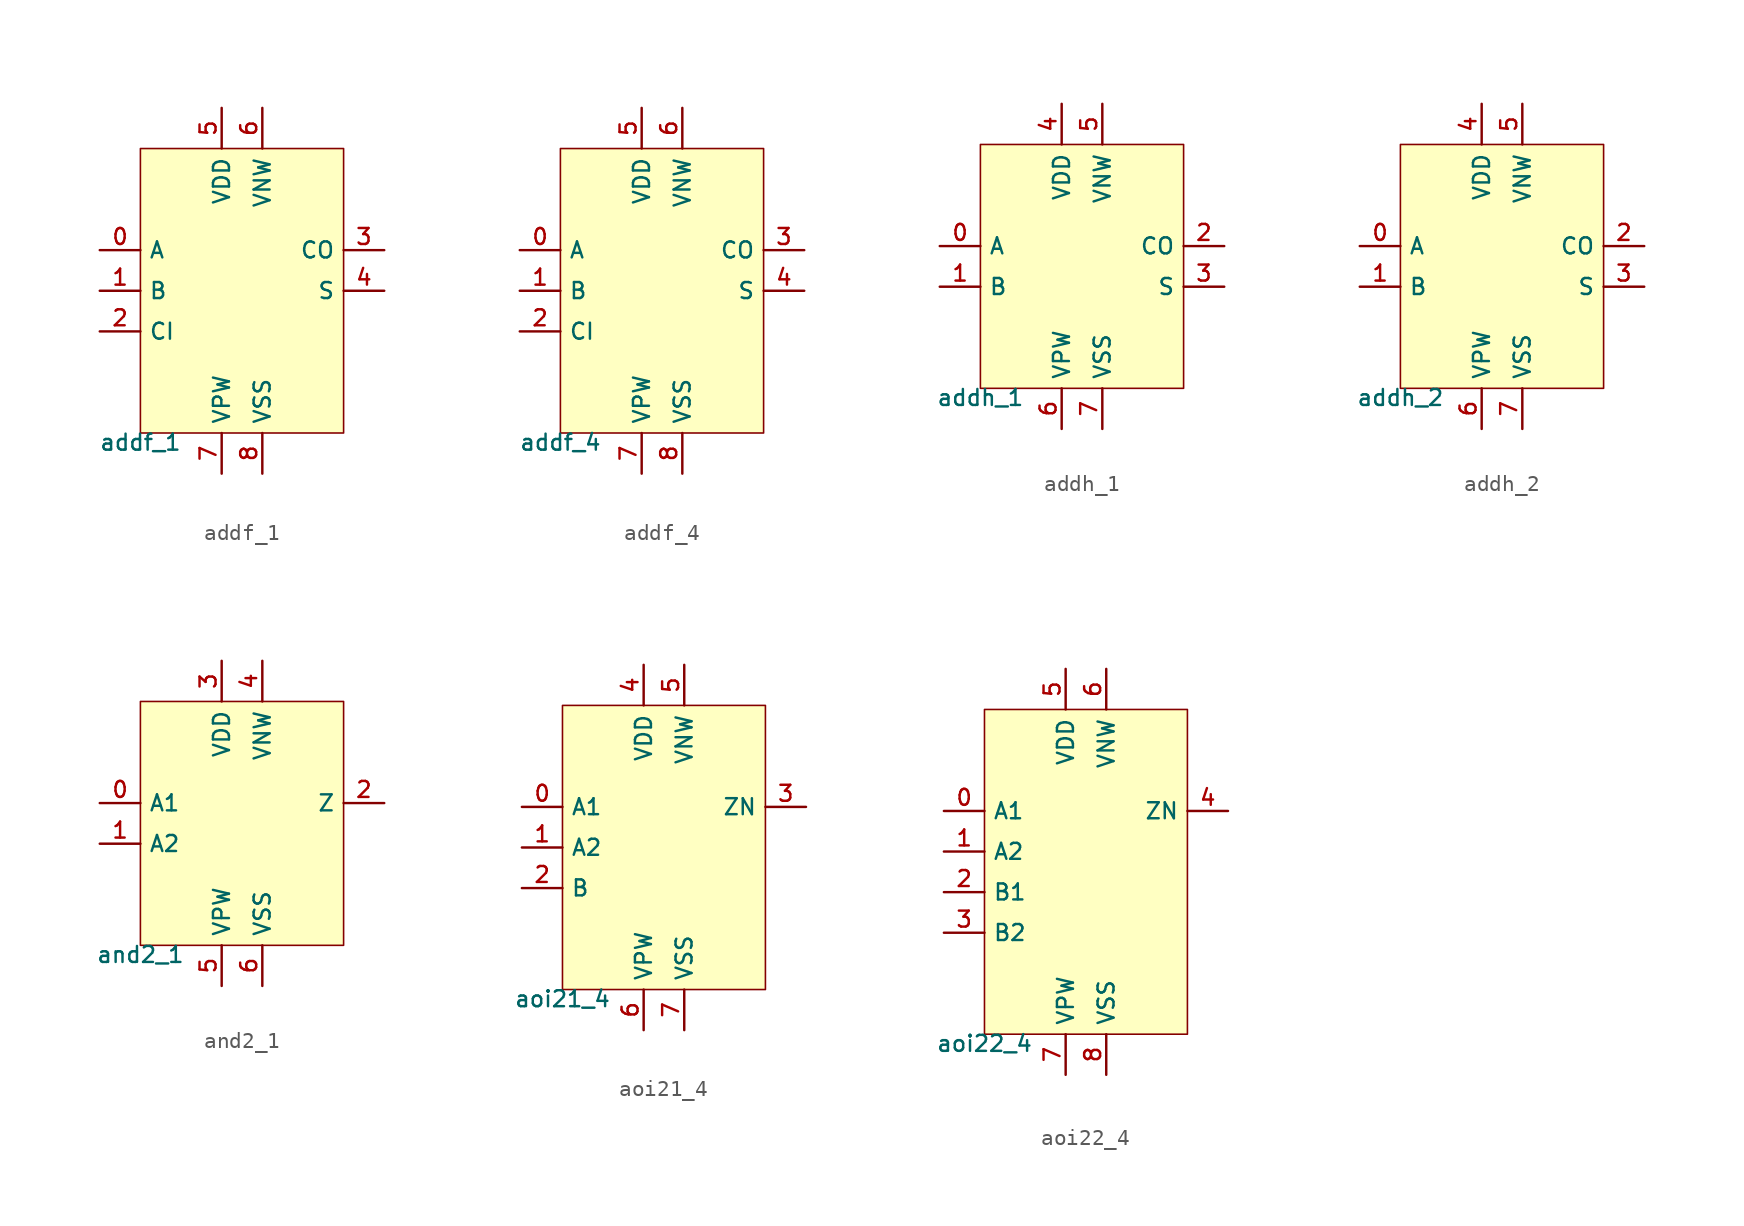
<source format=kicad_sym>
(kicad_symbol_lib
  (version 20211014)
  (generator pdk2kicad)
  (symbol "addf_1"
    (property "Reference" "X"
      (at 0 0 0)
      (effects (font (size 1 1)) hide))
    (property "Value" "addf_1"
      (at -6.35 -8.89 0)
      (effects (font (size 1 1)) (justify top)))
    (rectangle
      (start -6.35 -8.89)
      (end 6.35 8.89)
      (stroke (width 0.1) (type solid) (color 0 0 0 0))
      (fill (type background)))
    (pin input line
      (at -8.89 2.54 0)
      (length 2.54)
      (name "A" (effects (font (size 1 1)) hide))
      (number "0" (effects (font (size 1 1)) hide)))
    (pin input line
      (at -8.89 4.440892098500626e-16 0)
      (length 2.54)
      (name "B" (effects (font (size 1 1)) hide))
      (number "1" (effects (font (size 1 1)) hide)))
    (pin input line
      (at -8.89 -2.54 0)
      (length 2.54)
      (name "CI" (effects (font (size 1 1)) hide))
      (number "2" (effects (font (size 1 1)) hide)))
    (pin output line
      (at 8.89 2.54 180)
      (length 2.54)
      (name "CO" (effects (font (size 1 1)) hide))
      (number "3" (effects (font (size 1 1)) hide)))
    (pin output line
      (at 8.89 4.440892098500626e-16 180)
      (length 2.54)
      (name "S" (effects (font (size 1 1)) hide))
      (number "4" (effects (font (size 1 1)) hide)))
    (pin power_in line
      (at -1.27 11.43 270)
      (length 2.54)
      (name "VDD" (effects (font (size 1 1)) hide))
      (number "5" (effects (font (size 1 1)) hide)))
    (pin power_in line
      (at 1.27 11.43 270)
      (length 2.54)
      (name "VNW" (effects (font (size 1 1)) hide))
      (number "6" (effects (font (size 1 1)) hide)))
    (pin power_in line
      (at -1.27 -11.43 90)
      (length 2.54)
      (name "VPW" (effects (font (size 1 1)) hide))
      (number "7" (effects (font (size 1 1)) hide)))
    (pin power_in line
      (at 1.27 -11.43 90)
      (length 2.54)
      (name "VSS" (effects (font (size 1 1)) hide))
      (number "8" (effects (font (size 1 1)) hide))))
  (symbol "addf_4"
    (property "Reference" "X"
      (at 0 0 0)
      (effects (font (size 1 1)) hide))
    (property "Value" "addf_4"
      (at -6.35 -8.89 0)
      (effects (font (size 1 1)) (justify top)))
    (rectangle
      (start -6.35 -8.89)
      (end 6.35 8.89)
      (stroke (width 0.1) (type solid) (color 0 0 0 0))
      (fill (type background)))
    (pin input line
      (at -8.89 2.54 0)
      (length 2.54)
      (name "A" (effects (font (size 1 1)) hide))
      (number "0" (effects (font (size 1 1)) hide)))
    (pin input line
      (at -8.89 4.440892098500626e-16 0)
      (length 2.54)
      (name "B" (effects (font (size 1 1)) hide))
      (number "1" (effects (font (size 1 1)) hide)))
    (pin input line
      (at -8.89 -2.54 0)
      (length 2.54)
      (name "CI" (effects (font (size 1 1)) hide))
      (number "2" (effects (font (size 1 1)) hide)))
    (pin output line
      (at 8.89 2.54 180)
      (length 2.54)
      (name "CO" (effects (font (size 1 1)) hide))
      (number "3" (effects (font (size 1 1)) hide)))
    (pin output line
      (at 8.89 4.440892098500626e-16 180)
      (length 2.54)
      (name "S" (effects (font (size 1 1)) hide))
      (number "4" (effects (font (size 1 1)) hide)))
    (pin power_in line
      (at -1.27 11.43 270)
      (length 2.54)
      (name "VDD" (effects (font (size 1 1)) hide))
      (number "5" (effects (font (size 1 1)) hide)))
    (pin power_in line
      (at 1.27 11.43 270)
      (length 2.54)
      (name "VNW" (effects (font (size 1 1)) hide))
      (number "6" (effects (font (size 1 1)) hide)))
    (pin power_in line
      (at -1.27 -11.43 90)
      (length 2.54)
      (name "VPW" (effects (font (size 1 1)) hide))
      (number "7" (effects (font (size 1 1)) hide)))
    (pin power_in line
      (at 1.27 -11.43 90)
      (length 2.54)
      (name "VSS" (effects (font (size 1 1)) hide))
      (number "8" (effects (font (size 1 1)) hide))))
  (symbol "addh_1"
    (property "Reference" "X"
      (at 0 0 0)
      (effects (font (size 1 1)) hide))
    (property "Value" "addh_1"
      (at -6.35 -7.62 0)
      (effects (font (size 1 1)) (justify top)))
    (rectangle
      (start -6.35 -7.62)
      (end 6.35 7.62)
      (stroke (width 0.1) (type solid) (color 0 0 0 0))
      (fill (type background)))
    (pin input line
      (at -8.89 1.27 0)
      (length 2.54)
      (name "A" (effects (font (size 1 1)) hide))
      (number "0" (effects (font (size 1 1)) hide)))
    (pin input line
      (at -8.89 -1.27 0)
      (length 2.54)
      (name "B" (effects (font (size 1 1)) hide))
      (number "1" (effects (font (size 1 1)) hide)))
    (pin output line
      (at 8.89 1.27 180)
      (length 2.54)
      (name "CO" (effects (font (size 1 1)) hide))
      (number "2" (effects (font (size 1 1)) hide)))
    (pin output line
      (at 8.89 -1.27 180)
      (length 2.54)
      (name "S" (effects (font (size 1 1)) hide))
      (number "3" (effects (font (size 1 1)) hide)))
    (pin power_in line
      (at -1.27 10.16 270)
      (length 2.54)
      (name "VDD" (effects (font (size 1 1)) hide))
      (number "4" (effects (font (size 1 1)) hide)))
    (pin power_in line
      (at 1.27 10.16 270)
      (length 2.54)
      (name "VNW" (effects (font (size 1 1)) hide))
      (number "5" (effects (font (size 1 1)) hide)))
    (pin power_in line
      (at -1.27 -10.16 90)
      (length 2.54)
      (name "VPW" (effects (font (size 1 1)) hide))
      (number "6" (effects (font (size 1 1)) hide)))
    (pin power_in line
      (at 1.27 -10.16 90)
      (length 2.54)
      (name "VSS" (effects (font (size 1 1)) hide))
      (number "7" (effects (font (size 1 1)) hide))))
  (symbol "addh_2"
    (property "Reference" "X"
      (at 0 0 0)
      (effects (font (size 1 1)) hide))
    (property "Value" "addh_2"
      (at -6.35 -7.62 0)
      (effects (font (size 1 1)) (justify top)))
    (rectangle
      (start -6.35 -7.62)
      (end 6.35 7.62)
      (stroke (width 0.1) (type solid) (color 0 0 0 0))
      (fill (type background)))
    (pin input line
      (at -8.89 1.27 0)
      (length 2.54)
      (name "A" (effects (font (size 1 1)) hide))
      (number "0" (effects (font (size 1 1)) hide)))
    (pin input line
      (at -8.89 -1.27 0)
      (length 2.54)
      (name "B" (effects (font (size 1 1)) hide))
      (number "1" (effects (font (size 1 1)) hide)))
    (pin output line
      (at 8.89 1.27 180)
      (length 2.54)
      (name "CO" (effects (font (size 1 1)) hide))
      (number "2" (effects (font (size 1 1)) hide)))
    (pin output line
      (at 8.89 -1.27 180)
      (length 2.54)
      (name "S" (effects (font (size 1 1)) hide))
      (number "3" (effects (font (size 1 1)) hide)))
    (pin power_in line
      (at -1.27 10.16 270)
      (length 2.54)
      (name "VDD" (effects (font (size 1 1)) hide))
      (number "4" (effects (font (size 1 1)) hide)))
    (pin power_in line
      (at 1.27 10.16 270)
      (length 2.54)
      (name "VNW" (effects (font (size 1 1)) hide))
      (number "5" (effects (font (size 1 1)) hide)))
    (pin power_in line
      (at -1.27 -10.16 90)
      (length 2.54)
      (name "VPW" (effects (font (size 1 1)) hide))
      (number "6" (effects (font (size 1 1)) hide)))
    (pin power_in line
      (at 1.27 -10.16 90)
      (length 2.54)
      (name "VSS" (effects (font (size 1 1)) hide))
      (number "7" (effects (font (size 1 1)) hide))))
  (symbol "and2_1"
    (property "Reference" "X"
      (at 0 0 0)
      (effects (font (size 1 1)) hide))
    (property "Value" "and2_1"
      (at -6.35 -7.62 0)
      (effects (font (size 1 1)) (justify top)))
    (rectangle
      (start -6.35 -7.62)
      (end 6.35 7.62)
      (stroke (width 0.1) (type solid) (color 0 0 0 0))
      (fill (type background)))
    (pin input line
      (at -8.89 1.27 0)
      (length 2.54)
      (name "A1" (effects (font (size 1 1)) hide))
      (number "0" (effects (font (size 1 1)) hide)))
    (pin input line
      (at -8.89 -1.27 0)
      (length 2.54)
      (name "A2" (effects (font (size 1 1)) hide))
      (number "1" (effects (font (size 1 1)) hide)))
    (pin output line
      (at 8.89 1.27 180)
      (length 2.54)
      (name "Z" (effects (font (size 1 1)) hide))
      (number "2" (effects (font (size 1 1)) hide)))
    (pin power_in line
      (at -1.27 10.16 270)
      (length 2.54)
      (name "VDD" (effects (font (size 1 1)) hide))
      (number "3" (effects (font (size 1 1)) hide)))
    (pin power_in line
      (at 1.27 10.16 270)
      (length 2.54)
      (name "VNW" (effects (font (size 1 1)) hide))
      (number "4" (effects (font (size 1 1)) hide)))
    (pin power_in line
      (at -1.27 -10.16 90)
      (length 2.54)
      (name "VPW" (effects (font (size 1 1)) hide))
      (number "5" (effects (font (size 1 1)) hide)))
    (pin power_in line
      (at 1.27 -10.16 90)
      (length 2.54)
      (name "VSS" (effects (font (size 1 1)) hide))
      (number "6" (effects (font (size 1 1)) hide))))
  (symbol "aoi21_4"
    (property "Reference" "X"
      (at 0 0 0)
      (effects (font (size 1 1)) hide))
    (property "Value" "aoi21_4"
      (at -6.35 -8.89 0)
      (effects (font (size 1 1)) (justify top)))
    (rectangle
      (start -6.35 -8.89)
      (end 6.35 8.89)
      (stroke (width 0.1) (type solid) (color 0 0 0 0))
      (fill (type background)))
    (pin input line
      (at -8.89 2.54 0)
      (length 2.54)
      (name "A1" (effects (font (size 1 1)) hide))
      (number "0" (effects (font (size 1 1)) hide)))
    (pin input line
      (at -8.89 4.440892098500626e-16 0)
      (length 2.54)
      (name "A2" (effects (font (size 1 1)) hide))
      (number "1" (effects (font (size 1 1)) hide)))
    (pin input line
      (at -8.89 -2.54 0)
      (length 2.54)
      (name "B" (effects (font (size 1 1)) hide))
      (number "2" (effects (font (size 1 1)) hide)))
    (pin output line
      (at 8.89 2.54 180)
      (length 2.54)
      (name "ZN" (effects (font (size 1 1)) hide))
      (number "3" (effects (font (size 1 1)) hide)))
    (pin power_in line
      (at -1.27 11.43 270)
      (length 2.54)
      (name "VDD" (effects (font (size 1 1)) hide))
      (number "4" (effects (font (size 1 1)) hide)))
    (pin power_in line
      (at 1.27 11.43 270)
      (length 2.54)
      (name "VNW" (effects (font (size 1 1)) hide))
      (number "5" (effects (font (size 1 1)) hide)))
    (pin power_in line
      (at -1.27 -11.43 90)
      (length 2.54)
      (name "VPW" (effects (font (size 1 1)) hide))
      (number "6" (effects (font (size 1 1)) hide)))
    (pin power_in line
      (at 1.27 -11.43 90)
      (length 2.54)
      (name "VSS" (effects (font (size 1 1)) hide))
      (number "7" (effects (font (size 1 1)) hide))))
  (symbol "aoi22_4"
    (property "Reference" "X"
      (at 0 0 0)
      (effects (font (size 1 1)) hide))
    (property "Value" "aoi22_4"
      (at -6.35 -10.16 0)
      (effects (font (size 1 1)) (justify top)))
    (rectangle
      (start -6.35 -10.16)
      (end 6.35 10.16)
      (stroke (width 0.1) (type solid) (color 0 0 0 0))
      (fill (type background)))
    (pin input line
      (at -8.89 3.81 0)
      (length 2.54)
      (name "A1" (effects (font (size 1 1)) hide))
      (number "0" (effects (font (size 1 1)) hide)))
    (pin input line
      (at -8.89 1.27 0)
      (length 2.54)
      (name "A2" (effects (font (size 1 1)) hide))
      (number "1" (effects (font (size 1 1)) hide)))
    (pin input line
      (at -8.89 -1.27 0)
      (length 2.54)
      (name "B1" (effects (font (size 1 1)) hide))
      (number "2" (effects (font (size 1 1)) hide)))
    (pin input line
      (at -8.89 -3.81 0)
      (length 2.54)
      (name "B2" (effects (font (size 1 1)) hide))
      (number "3" (effects (font (size 1 1)) hide)))
    (pin output line
      (at 8.89 3.81 180)
      (length 2.54)
      (name "ZN" (effects (font (size 1 1)) hide))
      (number "4" (effects (font (size 1 1)) hide)))
    (pin power_in line
      (at -1.27 12.7 270)
      (length 2.54)
      (name "VDD" (effects (font (size 1 1)) hide))
      (number "5" (effects (font (size 1 1)) hide)))
    (pin power_in line
      (at 1.27 12.7 270)
      (length 2.54)
      (name "VNW" (effects (font (size 1 1)) hide))
      (number "6" (effects (font (size 1 1)) hide)))
    (pin power_in line
      (at -1.27 -12.7 90)
      (length 2.54)
      (name "VPW" (effects (font (size 1 1)) hide))
      (number "7" (effects (font (size 1 1)) hide)))
    (pin power_in line
      (at 1.27 -12.7 90)
      (length 2.54)
      (name "VSS" (effects (font (size 1 1)) hide))
      (number "8" (effects (font (size 1 1)) hide)))))
</source>
